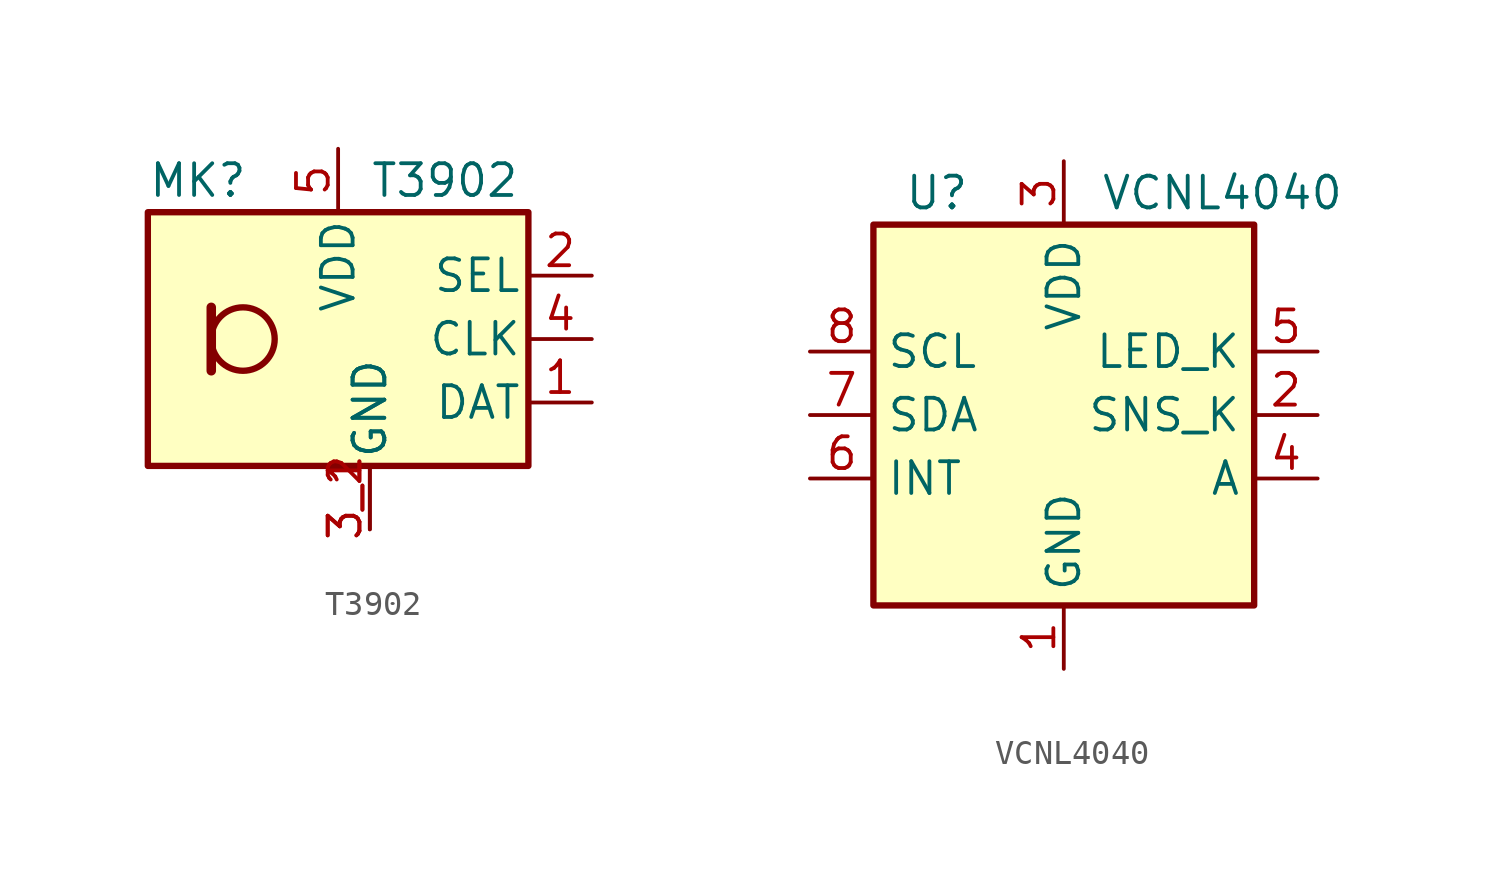
<source format=kicad_sym>
(kicad_symbol_lib
  (version 20241209)
  (generator "kicad_symbol_editor")
  (generator_version "9.0")
  (symbol "T3902"
    (pin_names
      (offset 0.254))
    (property "Reference" "MK"
      (at -7.62 6.35 0)
      (effects (font (size 1.27 1.27)) (justify left)))
    (property "Value" "T3902"
      (at 1.27 6.35 0)
      (effects (font (size 1.27 1.27)) (justify left)))
    (symbol "T3902_0_1"
      (rectangle (start -7.62 5.08) (end 7.62 -5.08) (stroke (width 0.254) (type default)) (fill (type background)))
      (polyline (pts (xy -5.08 1.27) (xy -5.08 -1.27)) (stroke (width 0.381) (type default)) (fill (type none)))
      (circle (center -3.81 0) (radius 1.27) (stroke (width 0.254) (type default)) (fill (type none))))
    (symbol "T3902_1_1"
      (pin power_in line (at 0 7.62 270) (length 2.54) (name "VDD" (effects (font (size 1.27 1.27)))) (number "5" (effects (font (size 1.27 1.27)))))
      (pin power_in line (at 1.27 -7.62 90) (length 2.54) (name "GND" (effects (font (size 1.27 1.27)))) (number "3_1" (effects (font (size 1.27 1.27)))))
      (pin power_in line (at 1.27 -7.62 90) (length 2.54) (name "GND" (effects (font (size 1.27 1.27)))) (number "3_2" (effects (font (size 1.27 1.27)))))
      (pin input line (at 10.16 2.54 180) (length 2.54) (name "SEL" (effects (font (size 1.27 1.27)))) (number "2" (effects (font (size 1.27 1.27)))))
      (pin input line (at 10.16 0 180) (length 2.54) (name "CLK" (effects (font (size 1.27 1.27)))) (number "4" (effects (font (size 1.27 1.27)))))
      (pin output line (at 10.16 -2.54 180) (length 2.54) (name "DAT" (effects (font (size 1.27 1.27)))) (number "1" (effects (font (size 1.27 1.27)))))))
  (symbol "VCNL4040"
    (property "Reference" "U"
      (at -5.08 8.89 0)
      (effects (font (size 1.27 1.27))))
    (property "Value" "VCNL4040"
      (at 6.35 8.89 0)
      (effects (font (size 1.27 1.27))))
    (symbol "VCNL4040_0_1"
      (rectangle (start -7.62 7.62) (end 7.62 -7.62) (stroke (width 0.254) (type default)) (fill (type background))))
    (symbol "VCNL4040_1_1"
      (pin input line (at -10.16 2.54 0) (length 2.54) (name "SCL" (effects (font (size 1.27 1.27)))) (number "8" (effects (font (size 1.27 1.27)))))
      (pin bidirectional line (at -10.16 0 0) (length 2.54) (name "SDA" (effects (font (size 1.27 1.27)))) (number "7" (effects (font (size 1.27 1.27)))))
      (pin open_collector line (at -10.16 -2.54 0) (length 2.54) (name "INT" (effects (font (size 1.27 1.27)))) (number "6" (effects (font (size 1.27 1.27)))))
      (pin power_in line (at 0 10.16 270) (length 2.54) (name "VDD" (effects (font (size 1.27 1.27)))) (number "3" (effects (font (size 1.27 1.27)))))
      (pin power_in line (at 0 -10.16 90) (length 2.54) (name "GND" (effects (font (size 1.27 1.27)))) (number "1" (effects (font (size 1.27 1.27)))))
      (pin passive line (at 10.16 2.54 180) (length 2.54) (name "LED_K" (effects (font (size 1.27 1.27)))) (number "5" (effects (font (size 1.27 1.27)))))
      (pin passive line (at 10.16 0 180) (length 2.54) (name "SNS_K" (effects (font (size 1.27 1.27)))) (number "2" (effects (font (size 1.27 1.27)))))
      (pin passive line (at 10.16 -2.54 180) (length 2.54) (name "A" (effects (font (size 1.27 1.27)))) (number "4" (effects (font (size 1.27 1.27))))))))
</source>
